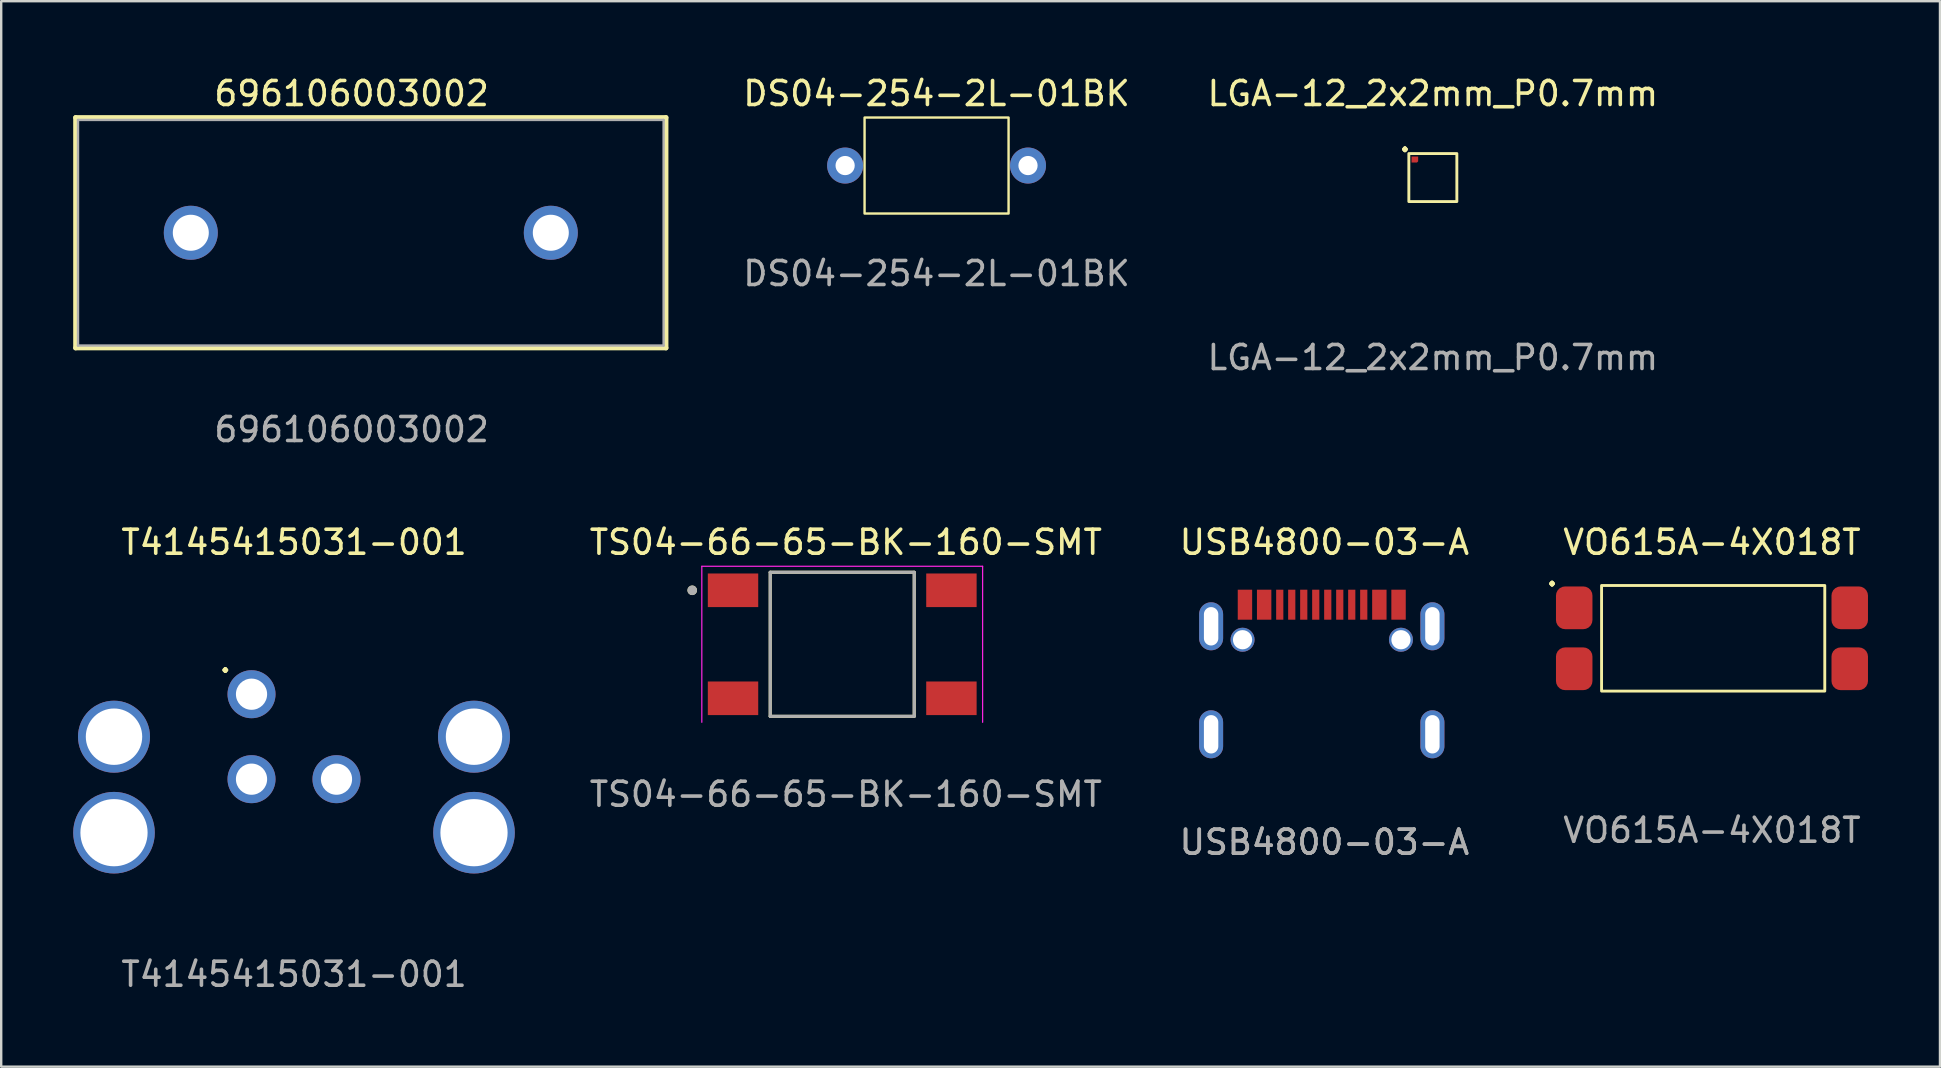
<source format=kicad_pcb>
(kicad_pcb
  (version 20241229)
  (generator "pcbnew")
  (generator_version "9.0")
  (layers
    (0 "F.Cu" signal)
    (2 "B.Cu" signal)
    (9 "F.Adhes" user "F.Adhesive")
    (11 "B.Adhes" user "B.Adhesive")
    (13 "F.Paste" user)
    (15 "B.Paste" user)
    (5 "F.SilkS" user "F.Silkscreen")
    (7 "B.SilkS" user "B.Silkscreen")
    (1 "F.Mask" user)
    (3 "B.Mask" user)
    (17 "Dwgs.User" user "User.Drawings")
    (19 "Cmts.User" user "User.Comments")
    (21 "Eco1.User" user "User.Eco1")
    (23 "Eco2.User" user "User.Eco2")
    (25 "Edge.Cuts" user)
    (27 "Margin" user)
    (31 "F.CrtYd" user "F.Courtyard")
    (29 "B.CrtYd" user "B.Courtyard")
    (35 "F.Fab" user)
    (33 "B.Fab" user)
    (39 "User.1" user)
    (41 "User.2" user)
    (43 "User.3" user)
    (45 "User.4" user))
  (footprint "USB4800-03-A"
    (layer "F.Cu")
    (at 52.132 27.545)
    (property "Reference" "USB4800-03-A" (at 0 -8 0) (unlocked yes) (layer "F.SilkS") (effects (font (size 1 1) (thickness 0.15))))
    (attr through_hole)
    (fp_text user "${REFERENCE}" (at 0 4.5 0) (unlocked yes) (layer "F.Fab") (effects (font (size 1 1) (thickness 0.15))))
    (fp_text user "${REFERENCE}" (at 0 4.5 0) (unlocked yes) (layer "F.Fab") (effects (font (size 1 1) (thickness 0.15))))
    (pad "" np_thru_hole circle (at -3.41 -3.94) (size 1 1) (drill 0.8) (layers "*.Cu" "*.Mask"))
    (pad "" np_thru_hole circle (at 3.19 -3.94) (size 1 1) (drill 0.8) (layers "*.Cu" "*.Mask"))
    (pad "A1" smd rect (at -3.31 -5.4) (size 0.6 1.25) (layers "F.Cu" "F.Mask" "F.Paste"))
    (pad "A1" smd rect (at 3.09 -5.4) (size 0.6 1.25) (layers "F.Cu" "F.Mask" "F.Paste"))
    (pad "A4" smd rect (at -2.51 -5.4) (size 0.6 1.25) (layers "F.Cu" "F.Mask" "F.Paste"))
    (pad "A4" smd rect (at 2.29 -5.4) (size 0.6 1.25) (layers "F.Cu" "F.Mask" "F.Paste"))
    (pad "A5" smd rect (at -1.36 -5.4) (size 0.3 1.25) (layers "F.Cu" "F.Mask" "F.Paste"))
    (pad "A6" smd rect (at -0.36 -5.4) (size 0.3 1.25) (layers "F.Cu" "F.Mask" "F.Paste"))
    (pad "A7" smd rect (at 0.14 -5.4) (size 0.3 1.25) (layers "F.Cu" "F.Mask" "F.Paste"))
    (pad "A8" smd rect (at 1.14 -5.4) (size 0.3 1.25) (layers "F.Cu" "F.Mask" "F.Paste"))
    (pad "B5" smd rect (at 1.64 -5.4) (size 0.3 1.25) (layers "F.Cu" "F.Mask" "F.Paste"))
    (pad "B6" smd rect (at 0.64 -5.4) (size 0.3 1.25) (layers "F.Cu" "F.Mask" "F.Paste"))
    (pad "B7" smd rect (at -0.86 -5.4) (size 0.3 1.25) (layers "F.Cu" "F.Mask" "F.Paste"))
    (pad "B8" smd rect (at -1.86 -5.4) (size 0.3 1.25) (layers "F.Cu" "F.Mask" "F.Paste"))
    (pad "S1" thru_hole oval (at -4.72 -4.5) (size 1 2) (drill oval 0.6 1.6) (layers "*.Cu" "*.Mask"))
    (pad "S1" thru_hole oval (at -4.72 0) (size 1 2) (drill oval 0.6 1.6) (layers "*.Cu" "*.Mask"))
    (pad "S1" thru_hole oval (at 4.5 -4.5) (size 1 2) (drill oval 0.6 1.6) (layers "*.Cu" "*.Mask"))
    (pad "S1" thru_hole oval (at 4.5 0) (size 1 2) (drill oval 0.6 1.6) (layers "*.Cu" "*.Mask")))
  (footprint "VO615A-4X018T"
    (layer "F.Cu")
    (at 68.281 23.545)
    (property "Reference" "VO615A-4X018T" (at 0 -4 0) (unlocked yes) (layer "F.SilkS") (effects (font (size 1 1) (thickness 0.15))))
    (attr smd)
    (fp_rect (start -4.6 -2.2) (end 4.7 2.2) (stroke (width 0.12) (type default)) (fill no) (layer "F.SilkS"))
    (fp_text user "." (at -7 -2.1 0) (unlocked yes) (layer "F.SilkS") (effects (font (size 1 1) (thickness 0.15)) (justify left bottom)))
    (fp_text user "${REFERENCE}" (at 0 8 0) (unlocked yes) (layer "F.Fab") (effects (font (size 1 1) (thickness 0.15))))
    (pad "1" smd roundrect (at -5.74 -1.27) (size 1.52 1.78) (layers "F.Cu" "F.Mask" "F.Paste") (roundrect_rratio 0.25))
    (pad "2" smd roundrect (at -5.74 1.27) (size 1.52 1.78) (layers "F.Cu" "F.Mask" "F.Paste") (roundrect_rratio 0.25))
    (pad "3" smd roundrect (at 5.74 1.27) (size 1.52 1.78) (layers "F.Cu" "F.Mask" "F.Paste") (roundrect_rratio 0.25))
    (pad "4" smd roundrect (at 5.74 -1.27) (size 1.52 1.78) (layers "F.Cu" "F.Mask" "F.Paste") (roundrect_rratio 0.25)))
  (footprint "DS04-254-2L-01BK"
    (layer "F.Cu")
    (at 35.973 3.848)
    (property "Reference" "DS04-254-2L-01BK" (at 0 -3 0) (unlocked yes) (layer "F.SilkS") (effects (font (size 1 1) (thickness 0.15))))
    (attr through_hole)
    (fp_rect (start -3 -2) (end 3 2) (stroke (width 0.1) (type default)) (fill no) (layer "F.SilkS"))
    (fp_text user "${REFERENCE}" (at 0 4.5 0) (unlocked yes) (layer "F.Fab") (effects (font (size 1 1) (thickness 0.15))))
    (pad "1" thru_hole circle (at -3.81 0) (size 1.5 1.5) (drill 0.8) (layers "*.Cu" "*.Mask"))
    (pad "2" thru_hole circle (at 3.81 0) (size 1.5 1.5) (drill 0.8) (layers "*.Cu" "*.Mask")))
  (footprint "TS04-66-65-BK-160-SMT"
    (layer "F.Cu")
    (at 32.192 23.545)
    (property "Reference" "TS04-66-65-BK-160-SMT" (at 0 -4 0) (unlocked yes) (layer "F.SilkS") (effects (font (size 1 1) (thickness 0.15))))
    (attr smd)
    (fp_line (start -3.15 -2.75) (end -3.15 3.25) (stroke (width 0.127) (type solid)) (layer "F.SilkS"))
    (fp_line (start -3.15 3.25) (end 2.85 3.25) (stroke (width 0.127) (type solid)) (layer "F.SilkS"))
    (fp_line (start 2.85 -2.75) (end -3.15 -2.75) (stroke (width 0.127) (type solid)) (layer "F.SilkS"))
    (fp_line (start 2.85 3.25) (end 2.85 -2.75) (stroke (width 0.127) (type solid)) (layer "F.SilkS"))
    (fp_circle (center -6.4 -2) (end -6.3 -2) (stroke (width 0.2) (type solid)) (fill no) (layer "F.SilkS"))
    (fp_line (start -6 -3) (end -6 3.5) (stroke (width 0.05) (type solid)) (layer "F.CrtYd"))
    (fp_line (start 5.7 -3) (end -6 -3) (stroke (width 0.05) (type solid)) (layer "F.CrtYd"))
    (fp_line (start 5.7 3.5) (end 5.7 -3) (stroke (width 0.05) (type solid)) (layer "F.CrtYd"))
    (fp_line (start -3.15 -2.75) (end -3.15 3.25) (stroke (width 0.127) (type solid)) (layer "F.Fab"))
    (fp_line (start -3.15 3.25) (end 2.85 3.25) (stroke (width 0.127) (type solid)) (layer "F.Fab"))
    (fp_line (start 2.85 -2.75) (end -3.15 -2.75) (stroke (width 0.127) (type solid)) (layer "F.Fab"))
    (fp_line (start 2.85 3.25) (end 2.85 -2.75) (stroke (width 0.127) (type solid)) (layer "F.Fab"))
    (fp_circle (center -6.4 -2) (end -6.3 -2) (stroke (width 0.2) (type solid)) (fill no) (layer "F.Fab"))
    (fp_text user "${REFERENCE}" (at 0 6.5 0) (unlocked yes) (layer "F.Fab") (effects (font (size 1 1) (thickness 0.15))))
    (pad "1" smd rect (at -4.7 -2) (size 2.1 1.4) (layers "F.Cu" "F.Mask" "F.Paste"))
    (pad "2" smd rect (at -4.7 2.5) (size 2.1 1.4) (layers "F.Cu" "F.Mask" "F.Paste"))
    (pad "3" smd rect (at 4.4 -2) (size 2.1 1.4) (layers "F.Cu" "F.Mask" "F.Paste"))
    (pad "4" smd rect (at 4.4 2.5) (size 2.1 1.4) (layers "F.Cu" "F.Mask" "F.Paste")))
  (footprint "T4145415031-001"
    (layer "F.Cu")
    (at 9.2 27.645)
    (property "Reference" "T4145415031-001" (at 0 -8.1 0) (unlocked yes) (layer "F.SilkS") (effects (font (size 1 1) (thickness 0.15))))
    (attr through_hole)
    (fp_text user "." (at -3.2 -2.6 0) (unlocked yes) (layer "F.SilkS") (effects (font (size 1 1) (thickness 0.15)) (justify left bottom)))
    (fp_text user "${REFERENCE}" (at 0 9.9 0) (unlocked yes) (layer "F.Fab") (effects (font (size 1 1) (thickness 0.15))))
    (pad "" np_thru_hole circle (at -7.5 0) (size 3 3) (drill 2.35) (layers "*.Cu" "*.Mask"))
    (pad "" np_thru_hole circle (at -7.5 4) (size 3.4 3.4) (drill 2.8) (layers "*.Cu" "*.Mask"))
    (pad "" np_thru_hole circle (at 7.5 0) (size 3 3) (drill 2.35) (layers "*.Cu" "*.Mask"))
    (pad "" np_thru_hole circle (at 7.5 4) (size 3.4 3.4) (drill 2.8) (layers "*.Cu" "*.Mask"))
    (pad "1" thru_hole circle (at -1.77 -1.77) (size 2 2) (drill 1.3) (layers "*.Cu" "*.Mask"))
    (pad "2" thru_hole circle (at -1.77 1.77) (size 2 2) (drill 1.3) (layers "*.Cu" "*.Mask"))
    (pad "3" thru_hole circle (at 1.77 1.77) (size 2 2) (drill 1.3) (layers "*.Cu" "*.Mask")))
  (footprint "696106003002"
    (layer "F.Cu")
    (at 11.6 6.848)
    (property "Reference" "696106003002" (at 0 -6 0) (unlocked yes) (layer "F.SilkS") (effects (font (size 1 1) (thickness 0.15))))
    (attr through_hole)
    (fp_line (start -11.5 -5) (end 13.1 -5) (stroke (width 0.2) (type solid)) (layer "F.SilkS"))
    (fp_line (start -11.5 4.6) (end -11.5 -5) (stroke (width 0.2) (type solid)) (layer "F.SilkS"))
    (fp_line (start 13.1 -5) (end 13.1 4.6) (stroke (width 0.2) (type solid)) (layer "F.SilkS"))
    (fp_line (start 13.1 4.6) (end -11.5 4.6) (stroke (width 0.2) (type solid)) (layer "F.SilkS"))
    (fp_line (start -11.4 -4.9) (end 13 -4.9) (stroke (width 0.1) (type solid)) (layer "F.Fab"))
    (fp_line (start -11.4 4.5) (end -11.4 -4.9) (stroke (width 0.1) (type solid)) (layer "F.Fab"))
    (fp_line (start 13 -4.9) (end 13 4.5) (stroke (width 0.1) (type solid)) (layer "F.Fab"))
    (fp_line (start 13 4.5) (end -11.4 4.5) (stroke (width 0.1) (type solid)) (layer "F.Fab"))
    (fp_text user "${REFERENCE}" (at 0 8 0) (unlocked yes) (layer "F.Fab") (effects (font (size 1 1) (thickness 0.15))))
    (pad "1" thru_hole circle (at -6.7 -0.2) (size 2.25 2.25) (drill 1.5) (layers "*.Cu" "*.Mask"))
    (pad "2" thru_hole circle (at 8.3 -0.2) (size 2.25 2.25) (drill 1.5) (layers "*.Cu" "*.Mask")))
  (footprint "LGA-12_2x2mm_P0.7mm"
    (layer "F.Cu")
    (at 56.651 4.348)
    (property "Reference" "LGA-12_2x2mm_P0.7mm" (at 0 -3.5 0) (unlocked yes) (layer "F.SilkS") (effects (font (size 1 1) (thickness 0.15))))
    (attr smd)
    (fp_rect (start -1 -1) (end 1 1) (stroke (width 0.12) (type default)) (fill no) (layer "F.SilkS"))
    (fp_text user "." (at -1.5 -1 0) (unlocked yes) (layer "F.SilkS") (effects (font (size 1 1) (thickness 0.15)) (justify left bottom)))
    (fp_text user "${REFERENCE}" (at 0 7.5 0) (unlocked yes) (layer "F.Fab") (effects (font (size 1 1) (thickness 0.15))))
    (pad "1" smd roundrect (at -0.75 -0.75) (size 0.275 0.25) (layers "F.Cu" "F.Mask" "F.Paste") (roundrect_rratio 0) (chamfer_ratio 0.2) (chamfer bottom_right)))
  (gr_rect
    (start -3 -3)
    (end 77.781 41.393)
    (stroke (width 0.1) (type default))
    (fill no)
    (layer "Edge.Cuts")))
</source>
